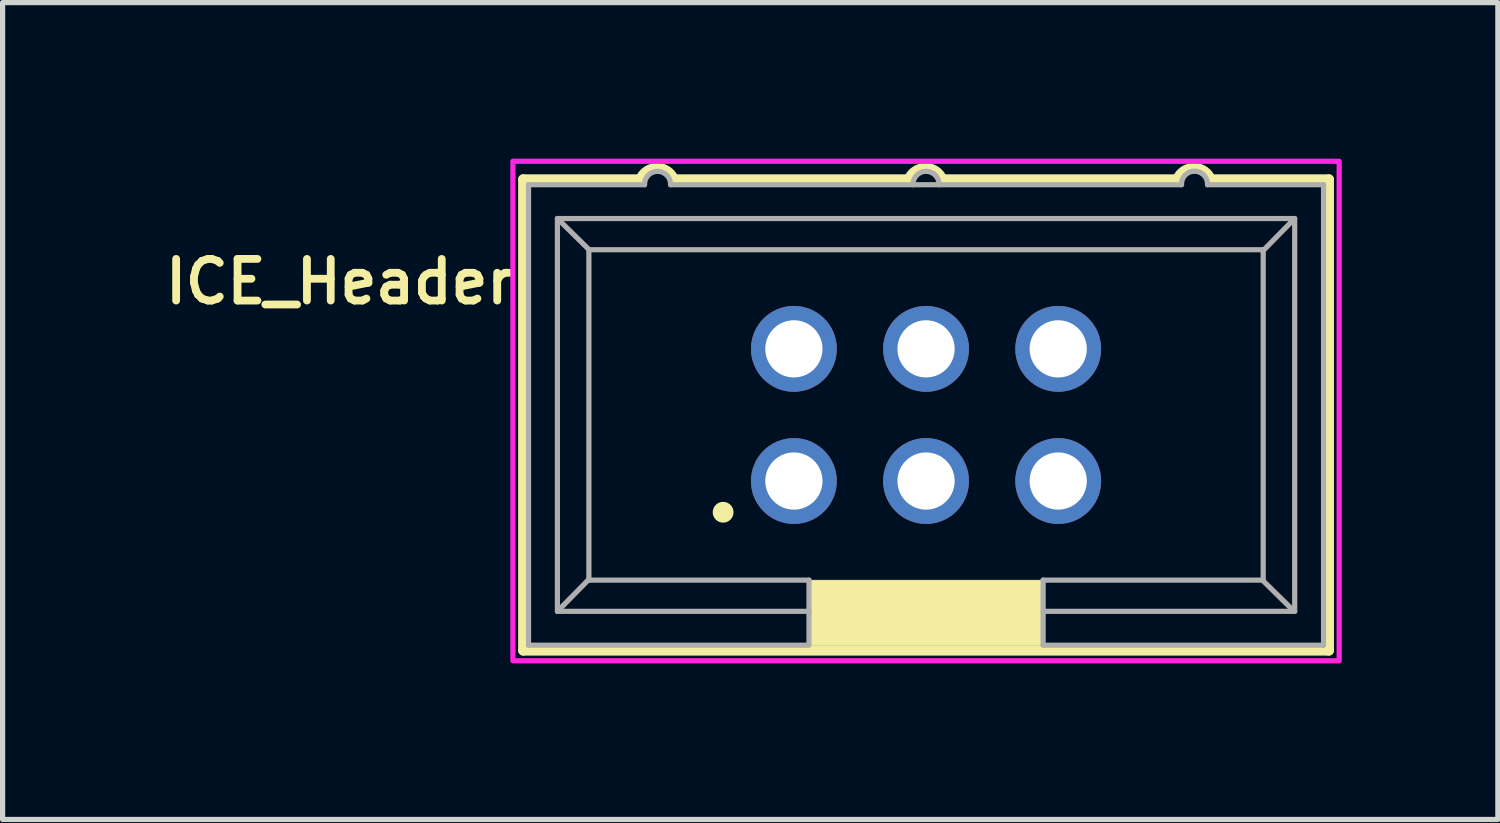
<source format=kicad_pcb>
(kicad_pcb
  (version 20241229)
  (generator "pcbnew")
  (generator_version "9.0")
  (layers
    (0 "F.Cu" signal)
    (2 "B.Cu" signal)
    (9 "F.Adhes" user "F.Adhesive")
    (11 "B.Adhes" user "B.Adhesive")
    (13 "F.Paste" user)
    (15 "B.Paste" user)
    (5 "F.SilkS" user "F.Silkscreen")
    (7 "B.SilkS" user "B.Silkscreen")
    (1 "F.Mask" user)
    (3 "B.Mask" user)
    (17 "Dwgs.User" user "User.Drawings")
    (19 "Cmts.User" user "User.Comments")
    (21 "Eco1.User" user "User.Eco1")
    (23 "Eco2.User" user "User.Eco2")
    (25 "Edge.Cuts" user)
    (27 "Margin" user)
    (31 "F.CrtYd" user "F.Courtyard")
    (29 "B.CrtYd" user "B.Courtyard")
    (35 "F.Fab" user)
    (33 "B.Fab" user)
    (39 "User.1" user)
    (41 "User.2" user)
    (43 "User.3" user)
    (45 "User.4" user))
  (footprint "ICE_Header"
    (layer "F.Cu")
    (at 14.748 4.925)
    (property "Reference" "ICE_Header" (at -11.27 -2.561 0) (layer "F.SilkS") (effects (font (size 0.8 0.8) (thickness 0.15))))
    (attr through_hole)
    (fp_line (start -7.74 -4.525) (end -7.74 4.525) (stroke (width 0.2) (type solid)) (layer "F.SilkS"))
    (fp_line (start -7.74 4.525) (end 7.74 4.525) (stroke (width 0.2) (type solid)) (layer "F.SilkS"))
    (fp_line (start -5.49 -4.525) (end -7.74 -4.525) (stroke (width 0.2) (type solid)) (layer "F.SilkS"))
    (fp_line (start -0.33 -4.525) (end -4.85 -4.525) (stroke (width 0.2) (type solid)) (layer "F.SilkS"))
    (fp_line (start 4.83 -4.525) (end 0.31 -4.525) (stroke (width 0.2) (type solid)) (layer "F.SilkS"))
    (fp_line (start 5.47 -4.525) (end 7.74 -4.525) (stroke (width 0.2) (type solid)) (layer "F.SilkS"))
    (fp_line (start 7.74 4.525) (end 7.74 -4.525) (stroke (width 0.2) (type solid)) (layer "F.SilkS"))
    (fp_arc (start -5.49 -4.525) (mid -5.17 -4.743547) (end -4.85 -4.525) (stroke (width 0.2) (type solid)) (layer "F.SilkS"))
    (fp_arc (start -0.33 -4.525) (mid -0.01 -4.743547) (end 0.31 -4.525) (stroke (width 0.2) (type solid)) (layer "F.SilkS"))
    (fp_arc (start 4.83 -4.525) (mid 5.15 -4.743547) (end 5.47 -4.525) (stroke (width 0.2) (type solid)) (layer "F.SilkS"))
    (fp_circle (center -3.9 1.87) (end -3.8 1.87) (stroke (width 0.2) (type solid)) (fill no) (layer "F.SilkS"))
    (fp_poly (pts (xy -2.25 3.175) (xy 2.25 3.175) (xy 2.25 4.425) (xy -2.25 4.425)) (stroke (width 0.01) (type solid)) (fill yes) (layer "F.SilkS"))
    (fp_poly (pts (xy -7.94 -4.875) (xy 7.94 -4.875) (xy 7.94 4.725) (xy -7.94 4.725)) (stroke (width 0.1) (type solid)) (fill no) (layer "F.CrtYd"))
    (fp_line (start -7.64 -4.425) (end -5.41 -4.425) (stroke (width 0.1) (type solid)) (layer "F.Fab"))
    (fp_line (start -7.64 4.425) (end -7.64 -4.425) (stroke (width 0.1) (type solid)) (layer "F.Fab"))
    (fp_line (start -7.085 -3.775) (end 7.085 -3.775) (stroke (width 0.1) (type solid)) (layer "F.Fab"))
    (fp_line (start -7.085 3.775) (end -7.085 -3.775) (stroke (width 0.1) (type solid)) (layer "F.Fab"))
    (fp_line (start -6.48 -3.175) (end 6.48 -3.175) (stroke (width 0.1) (type solid)) (layer "F.Fab"))
    (fp_line (start -6.48 3.16) (end -7.08 3.77) (stroke (width 0.1) (type solid)) (layer "F.Fab"))
    (fp_line (start -6.48 3.16) (end -6.48 -3.175) (stroke (width 0.1) (type solid)) (layer "F.Fab"))
    (fp_line (start -6.48 3.175) (end -6.48 3.16) (stroke (width 0.1) (type solid)) (layer "F.Fab"))
    (fp_line (start -6.47 -3.17) (end -7.08 -3.77) (stroke (width 0.1) (type solid)) (layer "F.Fab"))
    (fp_line (start -4.91 -4.425) (end 4.91 -4.425) (stroke (width 0.1) (type solid)) (layer "F.Fab"))
    (fp_line (start -2.25 3.175) (end -6.48 3.175) (stroke (width 0.1) (type solid)) (layer "F.Fab"))
    (fp_line (start -2.25 3.175) (end -2.25 3.775) (stroke (width 0.1) (type solid)) (layer "F.Fab"))
    (fp_line (start -2.25 3.775) (end -7.085 3.775) (stroke (width 0.1) (type solid)) (layer "F.Fab"))
    (fp_line (start -2.25 3.795) (end -2.25 4.395) (stroke (width 0.1) (type solid)) (layer "F.Fab"))
    (fp_line (start -2.25 4.425) (end -7.64 4.425) (stroke (width 0.1) (type solid)) (layer "F.Fab"))
    (fp_line (start 2.25 3.175) (end 2.25 3.775) (stroke (width 0.1) (type solid)) (layer "F.Fab"))
    (fp_line (start 2.25 3.815) (end 2.25 4.415) (stroke (width 0.1) (type solid)) (layer "F.Fab"))
    (fp_line (start 5.41 -4.425) (end 7.64 -4.425) (stroke (width 0.1) (type solid)) (layer "F.Fab"))
    (fp_line (start 6.46 3.17) (end 7.07 3.77) (stroke (width 0.1) (type solid)) (layer "F.Fab"))
    (fp_line (start 6.47 -3.15) (end 7.07 -3.76) (stroke (width 0.1) (type solid)) (layer "F.Fab"))
    (fp_line (start 6.48 -3.175) (end 6.48 3.175) (stroke (width 0.1) (type solid)) (layer "F.Fab"))
    (fp_line (start 6.48 3.175) (end 2.25 3.175) (stroke (width 0.1) (type solid)) (layer "F.Fab"))
    (fp_line (start 7.085 -3.775) (end 7.085 3.775) (stroke (width 0.1) (type solid)) (layer "F.Fab"))
    (fp_line (start 7.085 3.775) (end 2.25 3.775) (stroke (width 0.1) (type solid)) (layer "F.Fab"))
    (fp_line (start 7.64 -4.425) (end 7.64 4.425) (stroke (width 0.1) (type solid)) (layer "F.Fab"))
    (fp_line (start 7.64 4.425) (end 2.25 4.425) (stroke (width 0.1) (type solid)) (layer "F.Fab"))
    (fp_arc (start -5.41 -4.425) (mid -5.16 -4.680051) (end -4.91 -4.425) (stroke (width 0.1) (type solid)) (layer "F.Fab"))
    (fp_arc (start -0.25 -4.425) (mid 0 -4.680051) (end 0.25 -4.425) (stroke (width 0.1) (type solid)) (layer "F.Fab"))
    (fp_arc (start 4.91 -4.425) (mid 5.16 -4.685195) (end 5.41 -4.425) (stroke (width 0.1) (type solid)) (layer "F.Fab"))
    (pad "1" thru_hole circle (at -2.54 1.27) (size 1.65 1.65) (drill 1.1) (layers "*.Cu" "*.Mask"))
    (pad "2" thru_hole circle (at -2.54 -1.27) (size 1.65 1.65) (drill 1.1) (layers "*.Cu" "*.Mask"))
    (pad "3" thru_hole circle (at 0 1.27) (size 1.65 1.65) (drill 1.1) (layers "*.Cu" "*.Mask"))
    (pad "4" thru_hole circle (at 0 -1.27) (size 1.65 1.65) (drill 1.1) (layers "*.Cu" "*.Mask"))
    (pad "5" thru_hole circle (at 2.54 1.27) (size 1.65 1.65) (drill 1.1) (layers "*.Cu" "*.Mask"))
    (pad "6" thru_hole circle (at 2.54 -1.27) (size 1.65 1.65) (drill 1.1) (layers "*.Cu" "*.Mask")))
  (gr_rect
    (start -3 -3)
    (end 25.738 12.7)
    (stroke (width 0.1) (type default))
    (fill no)
    (layer "Edge.Cuts")))
</source>
